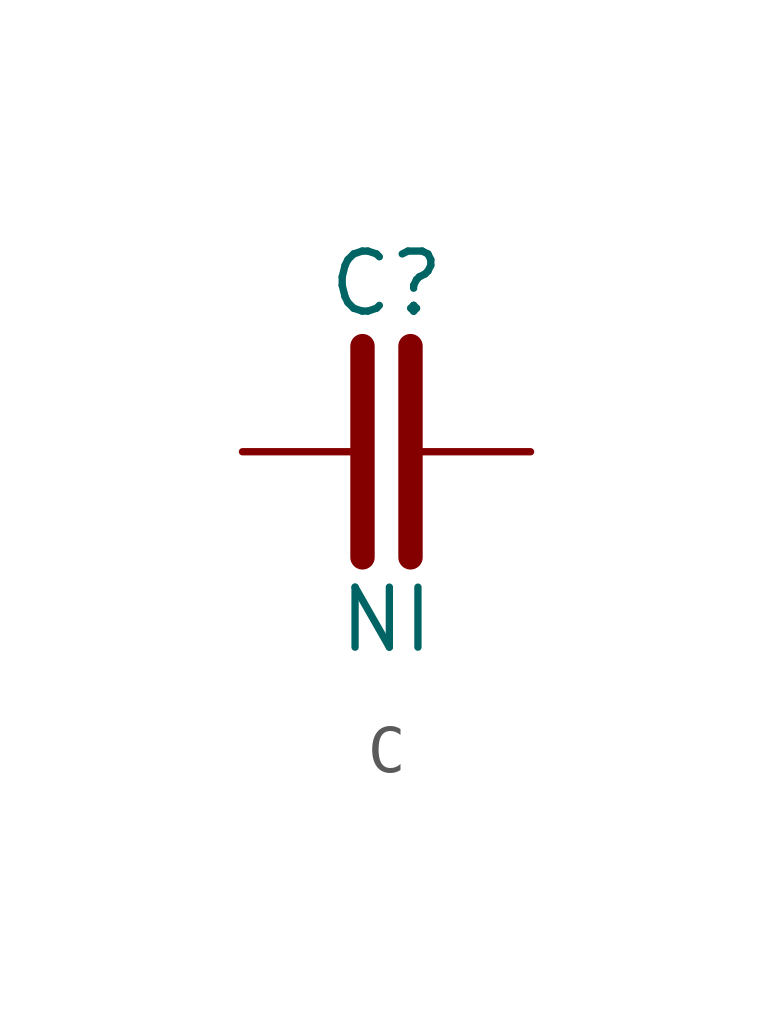
<source format=kicad_sym>
(kicad_symbol_lib
  (version 20241209)
  (generator "kicad_symbol_editor")
  (generator_version "9.0")
  (symbol "C"
    (pin_numbers
      (hide yes))
    (pin_names
      (offset 0)
      (hide yes))
    (property "Reference" "C"
      (at 3 3.5 0)
      (do_not_autoplace)
      (effects (font (size 1.25 1.25))))
    (property "Value" "NI"
      (at 3 -3.5 0)
      (do_not_autoplace)
      (effects (font (size 1.25 1.25))))
    (symbol "C_0_1"
      (polyline (pts (xy 2.5 -2.2) (xy 2.5 2.2)) (stroke (width 0.508) (type default)) (fill (type none)))
      (polyline (pts (xy 3.5 -2.2) (xy 3.5 2.2)) (stroke (width 0.508) (type default)) (fill (type none))))
    (symbol "C_1_1"
      (pin passive line (at 0 0 0) (length 2.5) (name "1" (effects (font (size 1.25 1.25)))) (number "1" (effects (font (size 1.25 1.25)))))
      (pin passive line (at 6 0 180) (length 2.5) (name "2" (effects (font (size 1.25 1.25)))) (number "2" (effects (font (size 1.25 1.25))))))))
</source>
